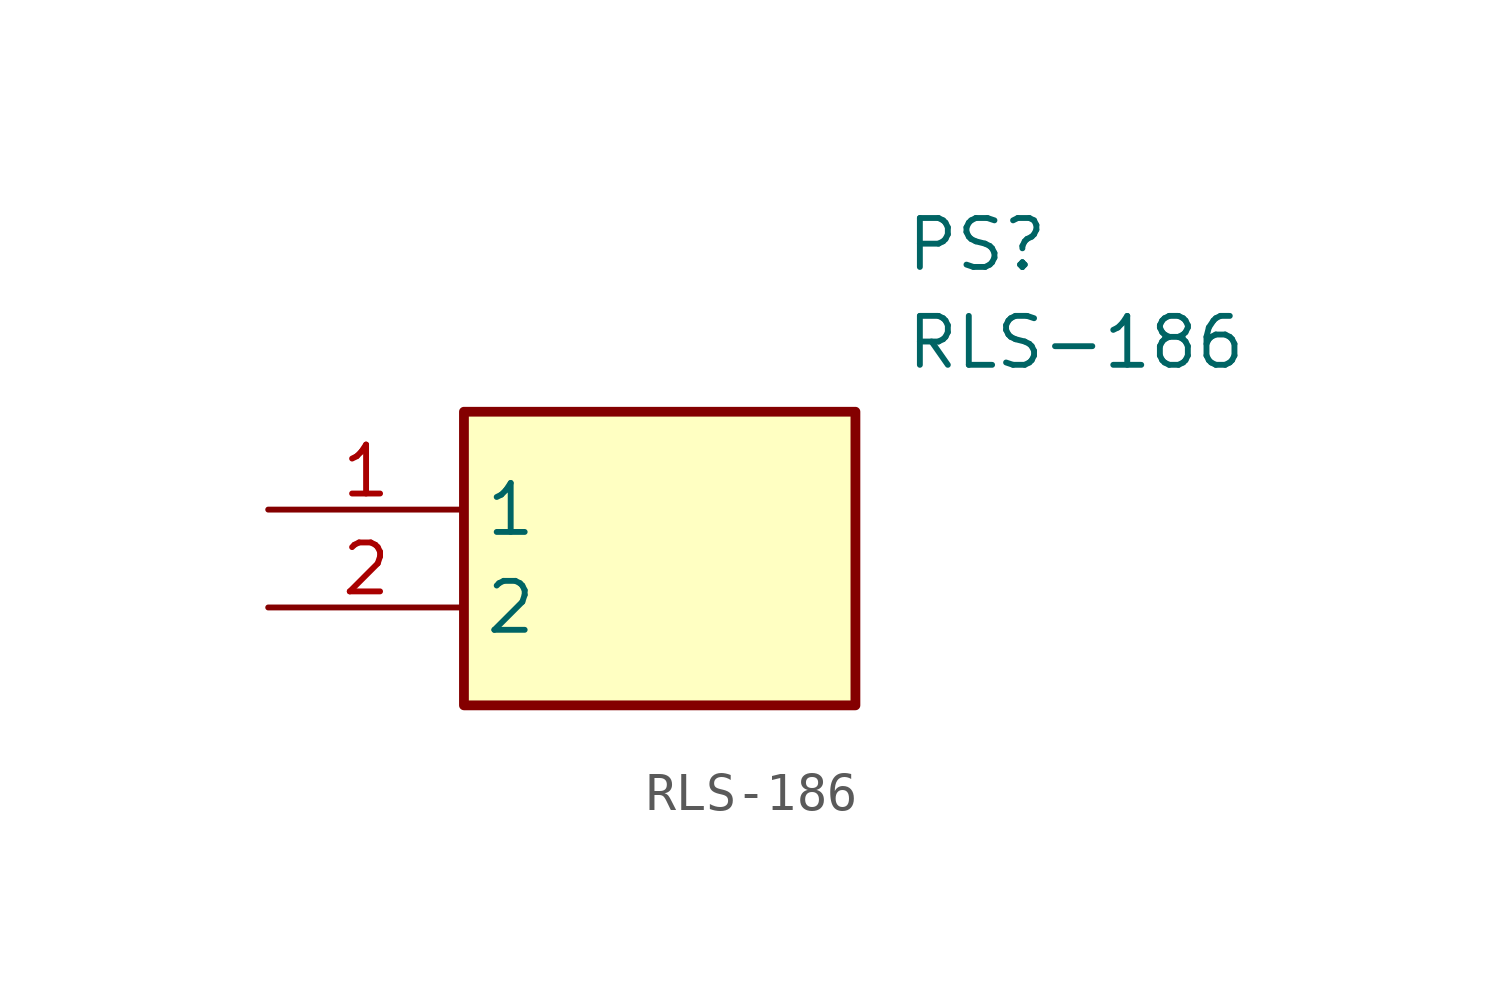
<source format=kicad_sym>
(kicad_symbol_lib
  (version 20211014)
  (generator SamacSys_ECAD_Model)
  (symbol "RLS-186"
    (property "Reference" "PS"
      (at 16.51 7.62 0)
      (effects (font (size 1.27 1.27)) (justify left top)))
    (property "Value" "RLS-186"
      (at 16.51 5.08 0)
      (effects (font (size 1.27 1.27)) (justify left top)))
    (rectangle
      (start 5.08 2.54)
      (end 15.24 -5.08)
      (stroke (width 0.254) (type default))
      (fill (type background)))
    (pin passive line
      (at 0 0 0)
      (length 5.08)
      (name "1" (effects (font (size 1.27 1.27))))
      (number "1" (effects (font (size 1.27 1.27)))))
    (pin passive line
      (at 0 -2.54 0)
      (length 5.08)
      (name "2" (effects (font (size 1.27 1.27))))
      (number "2" (effects (font (size 1.27 1.27)))))))
</source>
